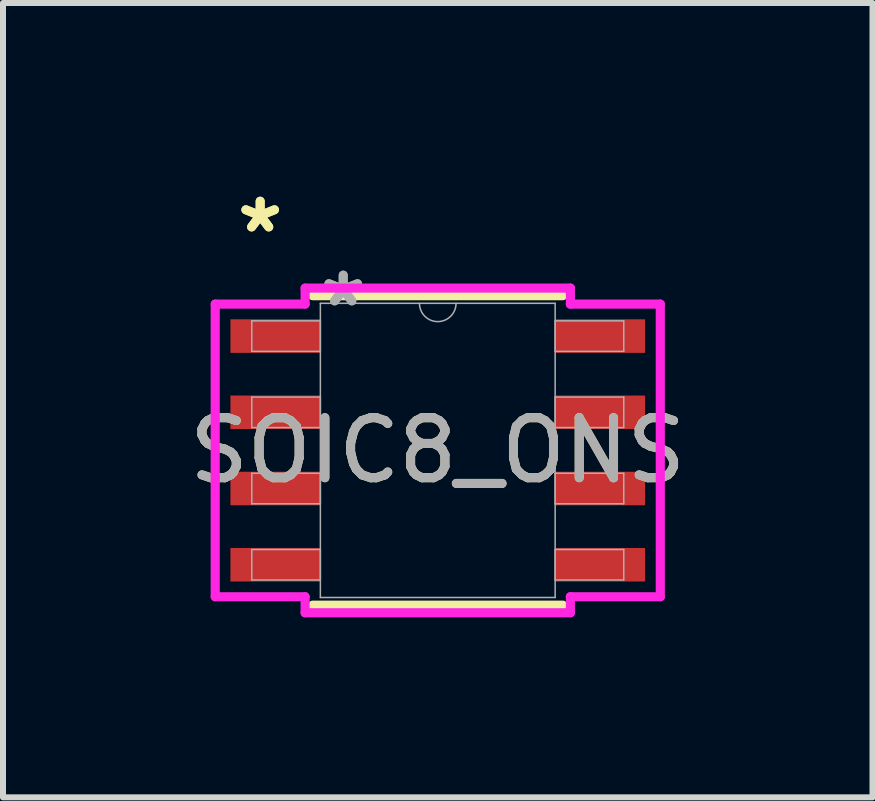
<source format=kicad_pcb>
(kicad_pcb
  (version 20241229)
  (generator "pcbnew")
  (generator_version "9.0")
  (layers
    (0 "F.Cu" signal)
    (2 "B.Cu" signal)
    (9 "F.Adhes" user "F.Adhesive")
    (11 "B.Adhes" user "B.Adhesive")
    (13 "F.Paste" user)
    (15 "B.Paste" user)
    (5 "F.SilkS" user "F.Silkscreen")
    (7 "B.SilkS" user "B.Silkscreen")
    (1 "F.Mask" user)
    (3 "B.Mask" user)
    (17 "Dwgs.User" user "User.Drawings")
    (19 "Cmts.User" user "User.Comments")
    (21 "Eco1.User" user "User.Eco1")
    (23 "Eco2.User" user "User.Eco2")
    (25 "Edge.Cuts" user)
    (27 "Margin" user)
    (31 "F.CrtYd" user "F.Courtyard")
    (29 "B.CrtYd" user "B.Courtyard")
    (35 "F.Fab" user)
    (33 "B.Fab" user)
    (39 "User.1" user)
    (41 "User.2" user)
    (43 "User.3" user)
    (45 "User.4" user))
  (footprint "SOIC8_ONS"
    (layer "F.Cu")
    (at 4.244 4.455)
    (property "Reference" "SOIC8_ONS" (at 0 0 0) (unlocked yes) (layer "F.SilkS") (effects (font (size 1 1) (thickness 0.15))))
    (attr smd)
    (fp_line (start -2.083 2.578) (end 2.083 2.578) (stroke (width 0.152) (type solid)) (layer "F.SilkS"))
    (fp_line (start 2.083 -2.578) (end -2.083 -2.578) (stroke (width 0.152) (type solid)) (layer "F.SilkS"))
    (fp_line (start -3.708 -2.438) (end -2.21 -2.438) (stroke (width 0.152) (type solid)) (layer "F.CrtYd"))
    (fp_line (start -3.708 2.438) (end -3.708 -2.438) (stroke (width 0.152) (type solid)) (layer "F.CrtYd"))
    (fp_line (start -3.708 2.438) (end -2.21 2.438) (stroke (width 0.152) (type solid)) (layer "F.CrtYd"))
    (fp_line (start -2.21 -2.705) (end 2.21 -2.705) (stroke (width 0.152) (type solid)) (layer "F.CrtYd"))
    (fp_line (start -2.21 -2.438) (end -2.21 -2.705) (stroke (width 0.152) (type solid)) (layer "F.CrtYd"))
    (fp_line (start -2.21 2.705) (end -2.21 2.438) (stroke (width 0.152) (type solid)) (layer "F.CrtYd"))
    (fp_line (start 2.21 -2.705) (end 2.21 -2.438) (stroke (width 0.152) (type solid)) (layer "F.CrtYd"))
    (fp_line (start 2.21 2.438) (end 2.21 2.705) (stroke (width 0.152) (type solid)) (layer "F.CrtYd"))
    (fp_line (start 2.21 2.705) (end -2.21 2.705) (stroke (width 0.152) (type solid)) (layer "F.CrtYd"))
    (fp_line (start 3.708 -2.438) (end 2.21 -2.438) (stroke (width 0.152) (type solid)) (layer "F.CrtYd"))
    (fp_line (start 3.708 -2.438) (end 3.708 2.438) (stroke (width 0.152) (type solid)) (layer "F.CrtYd"))
    (fp_line (start 3.708 2.438) (end 2.21 2.438) (stroke (width 0.152) (type solid)) (layer "F.CrtYd"))
    (fp_line (start -3.099 -2.159) (end -3.099 -1.651) (stroke (width 0.025) (type solid)) (layer "F.Fab"))
    (fp_line (start -3.099 -1.651) (end -1.956 -1.651) (stroke (width 0.025) (type solid)) (layer "F.Fab"))
    (fp_line (start -3.099 -0.889) (end -3.099 -0.381) (stroke (width 0.025) (type solid)) (layer "F.Fab"))
    (fp_line (start -3.099 -0.381) (end -1.956 -0.381) (stroke (width 0.025) (type solid)) (layer "F.Fab"))
    (fp_line (start -3.099 0.381) (end -3.099 0.889) (stroke (width 0.025) (type solid)) (layer "F.Fab"))
    (fp_line (start -3.099 0.889) (end -1.956 0.889) (stroke (width 0.025) (type solid)) (layer "F.Fab"))
    (fp_line (start -3.099 1.651) (end -3.099 2.159) (stroke (width 0.025) (type solid)) (layer "F.Fab"))
    (fp_line (start -3.099 2.159) (end -1.956 2.159) (stroke (width 0.025) (type solid)) (layer "F.Fab"))
    (fp_line (start -1.956 -2.451) (end -1.956 2.451) (stroke (width 0.025) (type solid)) (layer "F.Fab"))
    (fp_line (start -1.956 -2.159) (end -3.099 -2.159) (stroke (width 0.025) (type solid)) (layer "F.Fab"))
    (fp_line (start -1.956 -1.651) (end -1.956 -2.159) (stroke (width 0.025) (type solid)) (layer "F.Fab"))
    (fp_line (start -1.956 -0.889) (end -3.099 -0.889) (stroke (width 0.025) (type solid)) (layer "F.Fab"))
    (fp_line (start -1.956 -0.381) (end -1.956 -0.889) (stroke (width 0.025) (type solid)) (layer "F.Fab"))
    (fp_line (start -1.956 0.381) (end -3.099 0.381) (stroke (width 0.025) (type solid)) (layer "F.Fab"))
    (fp_line (start -1.956 0.889) (end -1.956 0.381) (stroke (width 0.025) (type solid)) (layer "F.Fab"))
    (fp_line (start -1.956 1.651) (end -3.099 1.651) (stroke (width 0.025) (type solid)) (layer "F.Fab"))
    (fp_line (start -1.956 2.159) (end -1.956 1.651) (stroke (width 0.025) (type solid)) (layer "F.Fab"))
    (fp_line (start -1.956 2.451) (end 1.956 2.451) (stroke (width 0.025) (type solid)) (layer "F.Fab"))
    (fp_line (start 1.956 -2.451) (end -1.956 -2.451) (stroke (width 0.025) (type solid)) (layer "F.Fab"))
    (fp_line (start 1.956 -2.159) (end 1.956 -1.651) (stroke (width 0.025) (type solid)) (layer "F.Fab"))
    (fp_line (start 1.956 -1.651) (end 3.099 -1.651) (stroke (width 0.025) (type solid)) (layer "F.Fab"))
    (fp_line (start 1.956 -0.889) (end 1.956 -0.381) (stroke (width 0.025) (type solid)) (layer "F.Fab"))
    (fp_line (start 1.956 -0.381) (end 3.099 -0.381) (stroke (width 0.025) (type solid)) (layer "F.Fab"))
    (fp_line (start 1.956 0.381) (end 1.956 0.889) (stroke (width 0.025) (type solid)) (layer "F.Fab"))
    (fp_line (start 1.956 0.889) (end 3.099 0.889) (stroke (width 0.025) (type solid)) (layer "F.Fab"))
    (fp_line (start 1.956 1.651) (end 1.956 2.159) (stroke (width 0.025) (type solid)) (layer "F.Fab"))
    (fp_line (start 1.956 2.159) (end 3.099 2.159) (stroke (width 0.025) (type solid)) (layer "F.Fab"))
    (fp_line (start 1.956 2.451) (end 1.956 -2.451) (stroke (width 0.025) (type solid)) (layer "F.Fab"))
    (fp_line (start 3.099 -2.159) (end 1.956 -2.159) (stroke (width 0.025) (type solid)) (layer "F.Fab"))
    (fp_line (start 3.099 -1.651) (end 3.099 -2.159) (stroke (width 0.025) (type solid)) (layer "F.Fab"))
    (fp_line (start 3.099 -0.889) (end 1.956 -0.889) (stroke (width 0.025) (type solid)) (layer "F.Fab"))
    (fp_line (start 3.099 -0.381) (end 3.099 -0.889) (stroke (width 0.025) (type solid)) (layer "F.Fab"))
    (fp_line (start 3.099 0.381) (end 1.956 0.381) (stroke (width 0.025) (type solid)) (layer "F.Fab"))
    (fp_line (start 3.099 0.889) (end 3.099 0.381) (stroke (width 0.025) (type solid)) (layer "F.Fab"))
    (fp_line (start 3.099 1.651) (end 1.956 1.651) (stroke (width 0.025) (type solid)) (layer "F.Fab"))
    (fp_line (start 3.099 2.159) (end 3.099 1.651) (stroke (width 0.025) (type solid)) (layer "F.Fab"))
    (fp_arc (start 0.3048 -2.4511) (mid 0 -2.1463) (end -0.3048 -2.4511) (stroke (width 0.0254) (type solid)) (layer "F.Fab"))
    (fp_text user "*" (at -2.959 -3.607 0) (unlocked yes) (layer "F.SilkS") (effects (font (size 1 1) (thickness 0.15))))
    (fp_text user "*" (at -2.959 -3.607 0) (layer "F.SilkS") (effects (font (size 1 1) (thickness 0.15))))
    (fp_text user "*" (at -1.575 -2.375 0) (unlocked yes) (layer "F.Fab") (effects (font (size 1 1) (thickness 0.15))))
    (fp_text user "${REFERENCE}" (at 0 0 0) (unlocked yes) (layer "F.Fab") (effects (font (size 1 1) (thickness 0.15))))
    (fp_text user "*" (at -1.575 -2.375 0) (layer "F.Fab") (effects (font (size 1 1) (thickness 0.15))))
    (pad "1" smd rect (at -2.705 -1.905) (size 1.499 0.559) (layers "F.Cu" "F.Mask" "F.Paste"))
    (pad "2" smd rect (at -2.705 -0.635) (size 1.499 0.559) (layers "F.Cu" "F.Mask" "F.Paste"))
    (pad "3" smd rect (at -2.705 0.635) (size 1.499 0.559) (layers "F.Cu" "F.Mask" "F.Paste"))
    (pad "4" smd rect (at -2.705 1.905) (size 1.499 0.559) (layers "F.Cu" "F.Mask" "F.Paste"))
    (pad "5" smd rect (at 2.705 1.905) (size 1.499 0.559) (layers "F.Cu" "F.Mask" "F.Paste"))
    (pad "6" smd rect (at 2.705 0.635) (size 1.499 0.559) (layers "F.Cu" "F.Mask" "F.Paste"))
    (pad "7" smd rect (at 2.705 -0.635) (size 1.499 0.559) (layers "F.Cu" "F.Mask" "F.Paste"))
    (pad "8" smd rect (at 2.705 -1.905) (size 1.499 0.559) (layers "F.Cu" "F.Mask" "F.Paste")))
  (gr_rect
    (start -3 -3)
    (end 11.488 10.236)
    (stroke (width 0.1) (type default))
    (fill no)
    (layer "Edge.Cuts")))
</source>
